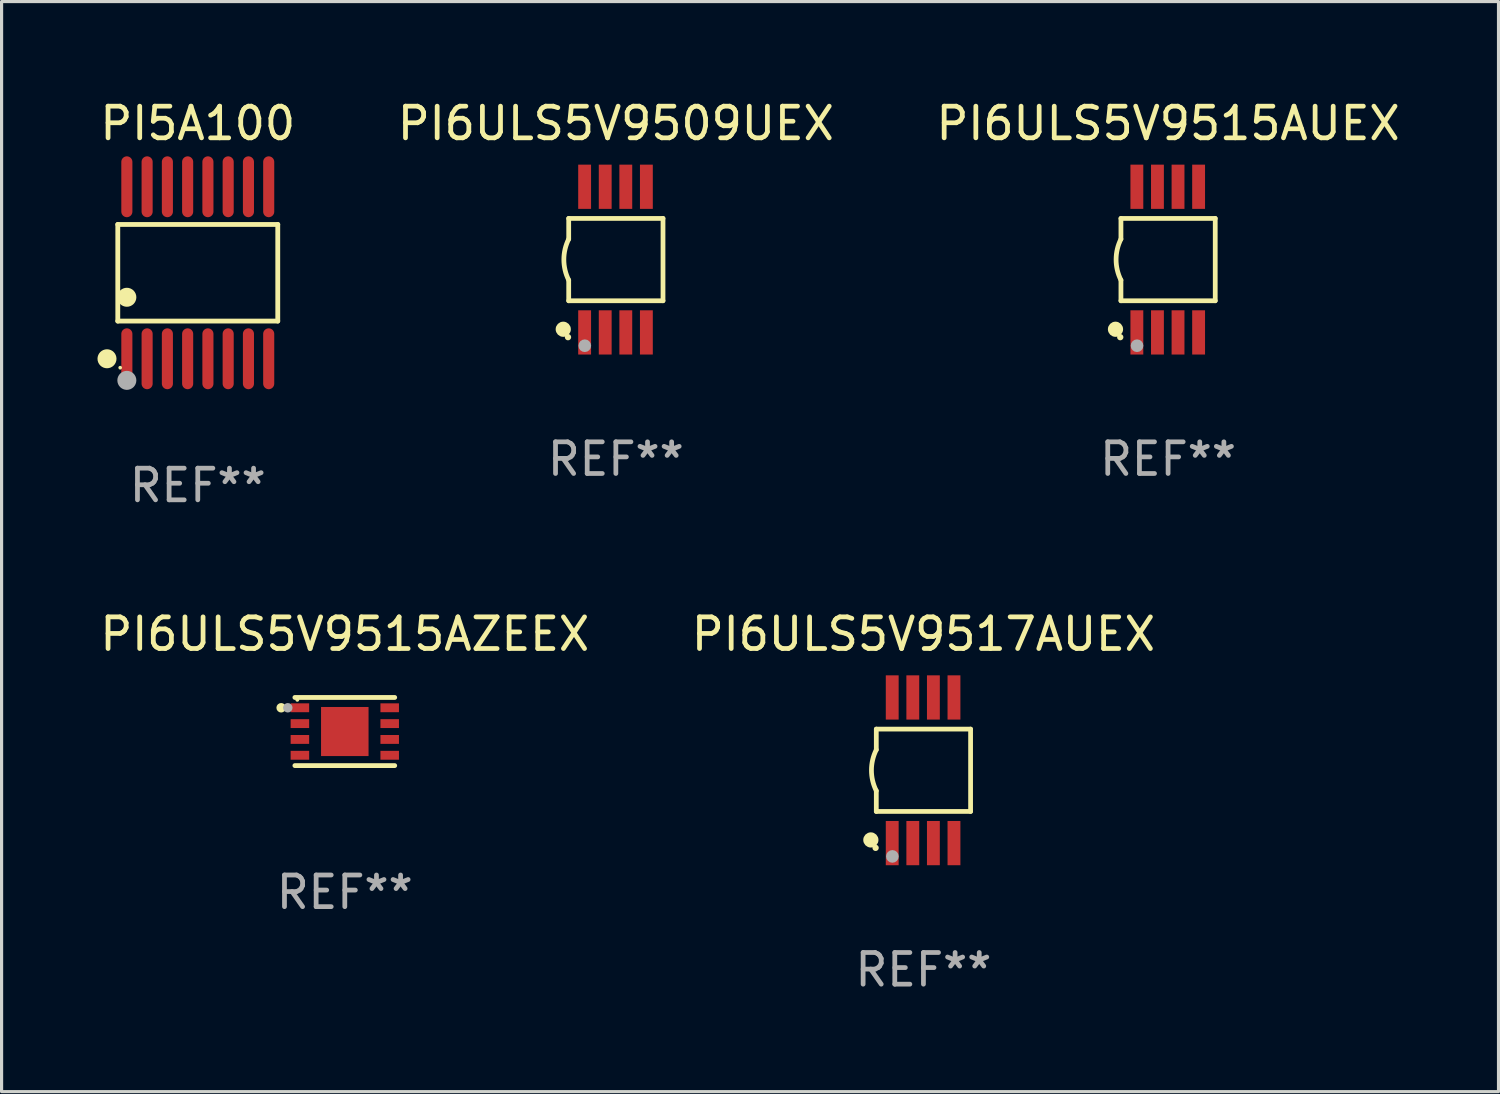
<source format=kicad_pcb>
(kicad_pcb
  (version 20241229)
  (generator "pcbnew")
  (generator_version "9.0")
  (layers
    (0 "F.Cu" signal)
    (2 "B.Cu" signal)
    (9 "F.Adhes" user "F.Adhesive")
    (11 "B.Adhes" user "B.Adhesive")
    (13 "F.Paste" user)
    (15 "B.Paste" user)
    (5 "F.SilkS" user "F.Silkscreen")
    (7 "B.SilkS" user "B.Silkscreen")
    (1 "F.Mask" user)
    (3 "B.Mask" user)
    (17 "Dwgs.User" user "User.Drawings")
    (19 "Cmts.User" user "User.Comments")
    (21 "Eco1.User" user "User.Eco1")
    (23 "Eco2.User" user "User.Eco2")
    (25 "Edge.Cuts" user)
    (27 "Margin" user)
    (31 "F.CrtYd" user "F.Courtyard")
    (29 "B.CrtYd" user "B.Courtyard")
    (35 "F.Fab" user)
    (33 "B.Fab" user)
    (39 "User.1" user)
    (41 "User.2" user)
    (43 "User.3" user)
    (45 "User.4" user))
  (footprint "PI5A100"
    (layer "F.Cu")
    (at 3.196 5.564)
    (property "Reference" "PI5A100" (at 0 -4.716 0) (layer "F.SilkS") (effects (font (size 1 1) (thickness 0.15))))
    (attr through_hole)
    (fp_line (start -2.526 -1.526) (end 2.526 -1.526) (stroke (width 0.152) (type solid)) (layer "F.SilkS"))
    (fp_line (start -2.526 1.526) (end -2.526 -1.526) (stroke (width 0.152) (type solid)) (layer "F.SilkS"))
    (fp_line (start 2.526 -1.526) (end 2.526 1.526) (stroke (width 0.152) (type solid)) (layer "F.SilkS"))
    (fp_line (start 2.526 1.526) (end -2.526 1.526) (stroke (width 0.152) (type solid)) (layer "F.SilkS"))
    (fp_circle (center -2.867 2.716) (end -2.717 2.716) (stroke (width 0.3) (type solid)) (fill no) (layer "F.SilkS"))
    (fp_circle (center -2.45 2.997) (end -2.42 2.997) (stroke (width 0.06) (type solid)) (fill no) (layer "F.SilkS"))
    (fp_circle (center -2.24 0.774) (end -2.09 0.774) (stroke (width 0.3) (type solid)) (fill no) (layer "F.SilkS"))
    (fp_circle (center -2.24 3.398) (end -2.09 3.398) (stroke (width 0.3) (type solid)) (fill no) (layer "F.Fab"))
    (fp_text user "REF**" (at 0 6.716 0) (layer "F.Fab") (effects (font (size 1 1) (thickness 0.15))))
    (pad "1" smd oval (at -2.24 2.716) (size 0.35 1.922) (layers "F.Cu" "F.Mask" "F.Paste"))
    (pad "2" smd oval (at -1.6 2.716) (size 0.35 1.922) (layers "F.Cu" "F.Mask" "F.Paste"))
    (pad "3" smd oval (at -0.96 2.716) (size 0.35 1.922) (layers "F.Cu" "F.Mask" "F.Paste"))
    (pad "4" smd oval (at -0.32 2.716) (size 0.35 1.922) (layers "F.Cu" "F.Mask" "F.Paste"))
    (pad "5" smd oval (at 0.32 2.716) (size 0.35 1.922) (layers "F.Cu" "F.Mask" "F.Paste"))
    (pad "6" smd oval (at 0.96 2.716) (size 0.35 1.922) (layers "F.Cu" "F.Mask" "F.Paste"))
    (pad "7" smd oval (at 1.6 2.716) (size 0.35 1.922) (layers "F.Cu" "F.Mask" "F.Paste"))
    (pad "8" smd oval (at 2.24 2.716) (size 0.35 1.922) (layers "F.Cu" "F.Mask" "F.Paste"))
    (pad "9" smd oval (at 2.24 -2.716) (size 0.35 1.922) (layers "F.Cu" "F.Mask" "F.Paste"))
    (pad "10" smd oval (at 1.6 -2.716) (size 0.35 1.922) (layers "F.Cu" "F.Mask" "F.Paste"))
    (pad "11" smd oval (at 0.96 -2.716) (size 0.35 1.922) (layers "F.Cu" "F.Mask" "F.Paste"))
    (pad "12" smd oval (at 0.32 -2.716) (size 0.35 1.922) (layers "F.Cu" "F.Mask" "F.Paste"))
    (pad "13" smd oval (at -0.32 -2.716) (size 0.35 1.922) (layers "F.Cu" "F.Mask" "F.Paste"))
    (pad "14" smd oval (at -0.96 -2.716) (size 0.35 1.922) (layers "F.Cu" "F.Mask" "F.Paste"))
    (pad "15" smd oval (at -1.6 -2.716) (size 0.35 1.922) (layers "F.Cu" "F.Mask" "F.Paste"))
    (pad "16" smd oval (at -2.24 -2.716) (size 0.35 1.922) (layers "F.Cu" "F.Mask" "F.Paste")))
  (footprint "PI6ULS5V9517AUEX"
    (layer "F.Cu")
    (at 26.113 21.276)
    (property "Reference" "PI6ULS5V9517AUEX" (at 0 -4.3 0) (layer "F.SilkS") (effects (font (size 1 1) (thickness 0.15))))
    (attr through_hole)
    (fp_line (start -1.489 -1.3) (end -1.489 -0.648) (stroke (width 0.15) (type solid)) (layer "F.SilkS"))
    (fp_line (start -1.489 0.648) (end -1.489 1.3) (stroke (width 0.15) (type solid)) (layer "F.SilkS"))
    (fp_line (start -1.489 1.3) (end 1.489 1.3) (stroke (width 0.15) (type solid)) (layer "F.SilkS"))
    (fp_line (start 1.489 -1.3) (end -1.489 -1.3) (stroke (width 0.15) (type solid)) (layer "F.SilkS"))
    (fp_line (start 1.489 1.3) (end 1.489 -1.3) (stroke (width 0.15) (type solid)) (layer "F.SilkS"))
    (fp_arc (start -1.489205 0.647702) (mid -1.642107 0) (end -1.489205 -0.647701) (stroke (width 0.150013) (type solid)) (layer "F.SilkS"))
    (fp_circle (center -1.661 2.2) (end -1.541 2.2) (stroke (width 0.24) (type solid)) (fill no) (layer "F.SilkS"))
    (fp_circle (center -1.511 2.45) (end -1.461 2.45) (stroke (width 0.1) (type solid)) (fill no) (layer "F.SilkS"))
    (fp_circle (center -0.981 2.72) (end -0.881 2.72) (stroke (width 0.2) (type solid)) (fill no) (layer "F.Fab"))
    (fp_text user "REF**" (at 0 6.3 0) (layer "F.Fab") (effects (font (size 1 1) (thickness 0.15))))
    (pad "1" smd rect (at -0.986 2.3) (size 0.406 1.397) (layers "F.Cu" "F.Mask" "F.Paste"))
    (pad "2" smd rect (at -0.336 2.3) (size 0.406 1.397) (layers "F.Cu" "F.Mask" "F.Paste"))
    (pad "3" smd rect (at 0.314 2.3) (size 0.406 1.397) (layers "F.Cu" "F.Mask" "F.Paste"))
    (pad "4" smd rect (at 0.964 2.3) (size 0.406 1.397) (layers "F.Cu" "F.Mask" "F.Paste"))
    (pad "5" smd rect (at 0.964 -2.3) (size 0.406 1.397) (layers "F.Cu" "F.Mask" "F.Paste"))
    (pad "6" smd rect (at 0.314 -2.3) (size 0.406 1.397) (layers "F.Cu" "F.Mask" "F.Paste"))
    (pad "7" smd rect (at -0.336 -2.3) (size 0.406 1.397) (layers "F.Cu" "F.Mask" "F.Paste"))
    (pad "8" smd rect (at -0.986 -2.3) (size 0.406 1.397) (layers "F.Cu" "F.Mask" "F.Paste")))
  (footprint "PI6ULS5V9515AUEX"
    (layer "F.Cu")
    (at 33.839 5.148)
    (property "Reference" "PI6ULS5V9515AUEX" (at 0 -4.3 0) (layer "F.SilkS") (effects (font (size 1 1) (thickness 0.15))))
    (attr through_hole)
    (fp_line (start -1.489 -1.3) (end -1.489 -0.648) (stroke (width 0.15) (type solid)) (layer "F.SilkS"))
    (fp_line (start -1.489 0.648) (end -1.489 1.3) (stroke (width 0.15) (type solid)) (layer "F.SilkS"))
    (fp_line (start -1.489 1.3) (end 1.489 1.3) (stroke (width 0.15) (type solid)) (layer "F.SilkS"))
    (fp_line (start 1.489 -1.3) (end -1.489 -1.3) (stroke (width 0.15) (type solid)) (layer "F.SilkS"))
    (fp_line (start 1.489 1.3) (end 1.489 -1.3) (stroke (width 0.15) (type solid)) (layer "F.SilkS"))
    (fp_arc (start -1.489205 0.647702) (mid -1.642107 0) (end -1.489205 -0.647701) (stroke (width 0.150013) (type solid)) (layer "F.SilkS"))
    (fp_circle (center -1.661 2.2) (end -1.541 2.2) (stroke (width 0.24) (type solid)) (fill no) (layer "F.SilkS"))
    (fp_circle (center -1.511 2.45) (end -1.461 2.45) (stroke (width 0.1) (type solid)) (fill no) (layer "F.SilkS"))
    (fp_circle (center -0.981 2.72) (end -0.881 2.72) (stroke (width 0.2) (type solid)) (fill no) (layer "F.Fab"))
    (fp_text user "REF**" (at 0 6.3 0) (layer "F.Fab") (effects (font (size 1 1) (thickness 0.15))))
    (pad "1" smd rect (at -0.986 2.3) (size 0.406 1.397) (layers "F.Cu" "F.Mask" "F.Paste"))
    (pad "2" smd rect (at -0.336 2.3) (size 0.406 1.397) (layers "F.Cu" "F.Mask" "F.Paste"))
    (pad "3" smd rect (at 0.314 2.3) (size 0.406 1.397) (layers "F.Cu" "F.Mask" "F.Paste"))
    (pad "4" smd rect (at 0.964 2.3) (size 0.406 1.397) (layers "F.Cu" "F.Mask" "F.Paste"))
    (pad "5" smd rect (at 0.964 -2.3) (size 0.406 1.397) (layers "F.Cu" "F.Mask" "F.Paste"))
    (pad "6" smd rect (at 0.314 -2.3) (size 0.406 1.397) (layers "F.Cu" "F.Mask" "F.Paste"))
    (pad "7" smd rect (at -0.336 -2.3) (size 0.406 1.397) (layers "F.Cu" "F.Mask" "F.Paste"))
    (pad "8" smd rect (at -0.986 -2.3) (size 0.406 1.397) (layers "F.Cu" "F.Mask" "F.Paste")))
  (footprint "PI6ULS5V9515AZEEX"
    (layer "F.Cu")
    (at 7.839 20.052)
    (property "Reference" "PI6ULS5V9515AZEEX" (at 0 -3.076 0) (layer "F.SilkS") (effects (font (size 1 1) (thickness 0.15))))
    (attr through_hole)
    (fp_line (start -1.576 -1.076) (end 1.576 -1.076) (stroke (width 0.152) (type solid)) (layer "F.SilkS"))
    (fp_line (start -1.576 1.076) (end 1.576 1.076) (stroke (width 0.152) (type solid)) (layer "F.SilkS"))
    (fp_circle (center -2.01 -0.75) (end -1.935 -0.75) (stroke (width 0.15) (type solid)) (fill no) (layer "F.SilkS"))
    (fp_circle (center -1.5 -1) (end -1.47 -1) (stroke (width 0.06) (type solid)) (fill no) (layer "F.SilkS"))
    (fp_circle (center -1.8 -0.75) (end -1.725 -0.75) (stroke (width 0.15) (type solid)) (fill no) (layer "F.Fab"))
    (fp_text user "REF**" (at 0 5.076 0) (layer "F.Fab") (effects (font (size 1 1) (thickness 0.15))))
    (pad "1" smd rect (at -1.418 -0.75) (size 0.585 0.28) (layers "F.Cu" "F.Mask" "F.Paste"))
    (pad "2" smd rect (at -1.418 -0.25) (size 0.585 0.28) (layers "F.Cu" "F.Mask" "F.Paste"))
    (pad "3" smd rect (at -1.418 0.25) (size 0.585 0.28) (layers "F.Cu" "F.Mask" "F.Paste"))
    (pad "4" smd rect (at -1.418 0.75) (size 0.585 0.28) (layers "F.Cu" "F.Mask" "F.Paste"))
    (pad "5" smd rect (at 1.418 0.75) (size 0.585 0.28) (layers "F.Cu" "F.Mask" "F.Paste"))
    (pad "6" smd rect (at 1.418 0.25) (size 0.585 0.28) (layers "F.Cu" "F.Mask" "F.Paste"))
    (pad "7" smd rect (at 1.418 -0.25) (size 0.585 0.28) (layers "F.Cu" "F.Mask" "F.Paste"))
    (pad "8" smd rect (at 1.418 -0.75) (size 0.585 0.28) (layers "F.Cu" "F.Mask" "F.Paste"))
    (pad "9" smd rect (at 0 0) (size 1.5 1.55) (layers "F.Cu" "F.Mask" "F.Paste")))
  (footprint "PI6ULS5V9509UEX"
    (layer "F.Cu")
    (at 16.399 5.148)
    (property "Reference" "PI6ULS5V9509UEX" (at 0 -4.3 0) (layer "F.SilkS") (effects (font (size 1 1) (thickness 0.15))))
    (attr through_hole)
    (fp_line (start -1.489 -1.3) (end -1.489 -0.648) (stroke (width 0.15) (type solid)) (layer "F.SilkS"))
    (fp_line (start -1.489 0.648) (end -1.489 1.3) (stroke (width 0.15) (type solid)) (layer "F.SilkS"))
    (fp_line (start -1.489 1.3) (end 1.489 1.3) (stroke (width 0.15) (type solid)) (layer "F.SilkS"))
    (fp_line (start 1.489 -1.3) (end -1.489 -1.3) (stroke (width 0.15) (type solid)) (layer "F.SilkS"))
    (fp_line (start 1.489 1.3) (end 1.489 -1.3) (stroke (width 0.15) (type solid)) (layer "F.SilkS"))
    (fp_arc (start -1.489205 0.647702) (mid -1.642107 0) (end -1.489205 -0.647701) (stroke (width 0.150013) (type solid)) (layer "F.SilkS"))
    (fp_circle (center -1.661 2.2) (end -1.541 2.2) (stroke (width 0.24) (type solid)) (fill no) (layer "F.SilkS"))
    (fp_circle (center -1.511 2.45) (end -1.461 2.45) (stroke (width 0.1) (type solid)) (fill no) (layer "F.SilkS"))
    (fp_circle (center -0.981 2.72) (end -0.881 2.72) (stroke (width 0.2) (type solid)) (fill no) (layer "F.Fab"))
    (fp_text user "REF**" (at 0 6.3 0) (layer "F.Fab") (effects (font (size 1 1) (thickness 0.15))))
    (pad "1" smd rect (at -0.986 2.3) (size 0.406 1.397) (layers "F.Cu" "F.Mask" "F.Paste"))
    (pad "2" smd rect (at -0.336 2.3) (size 0.406 1.397) (layers "F.Cu" "F.Mask" "F.Paste"))
    (pad "3" smd rect (at 0.314 2.3) (size 0.406 1.397) (layers "F.Cu" "F.Mask" "F.Paste"))
    (pad "4" smd rect (at 0.964 2.3) (size 0.406 1.397) (layers "F.Cu" "F.Mask" "F.Paste"))
    (pad "5" smd rect (at 0.964 -2.3) (size 0.406 1.397) (layers "F.Cu" "F.Mask" "F.Paste"))
    (pad "6" smd rect (at 0.314 -2.3) (size 0.406 1.397) (layers "F.Cu" "F.Mask" "F.Paste"))
    (pad "7" smd rect (at -0.336 -2.3) (size 0.406 1.397) (layers "F.Cu" "F.Mask" "F.Paste"))
    (pad "8" smd rect (at -0.986 -2.3) (size 0.406 1.397) (layers "F.Cu" "F.Mask" "F.Paste")))
  (gr_rect
    (start -3 -3)
    (end 44.274 31.424)
    (stroke (width 0.1) (type default))
    (fill no)
    (layer "Edge.Cuts")))
</source>
